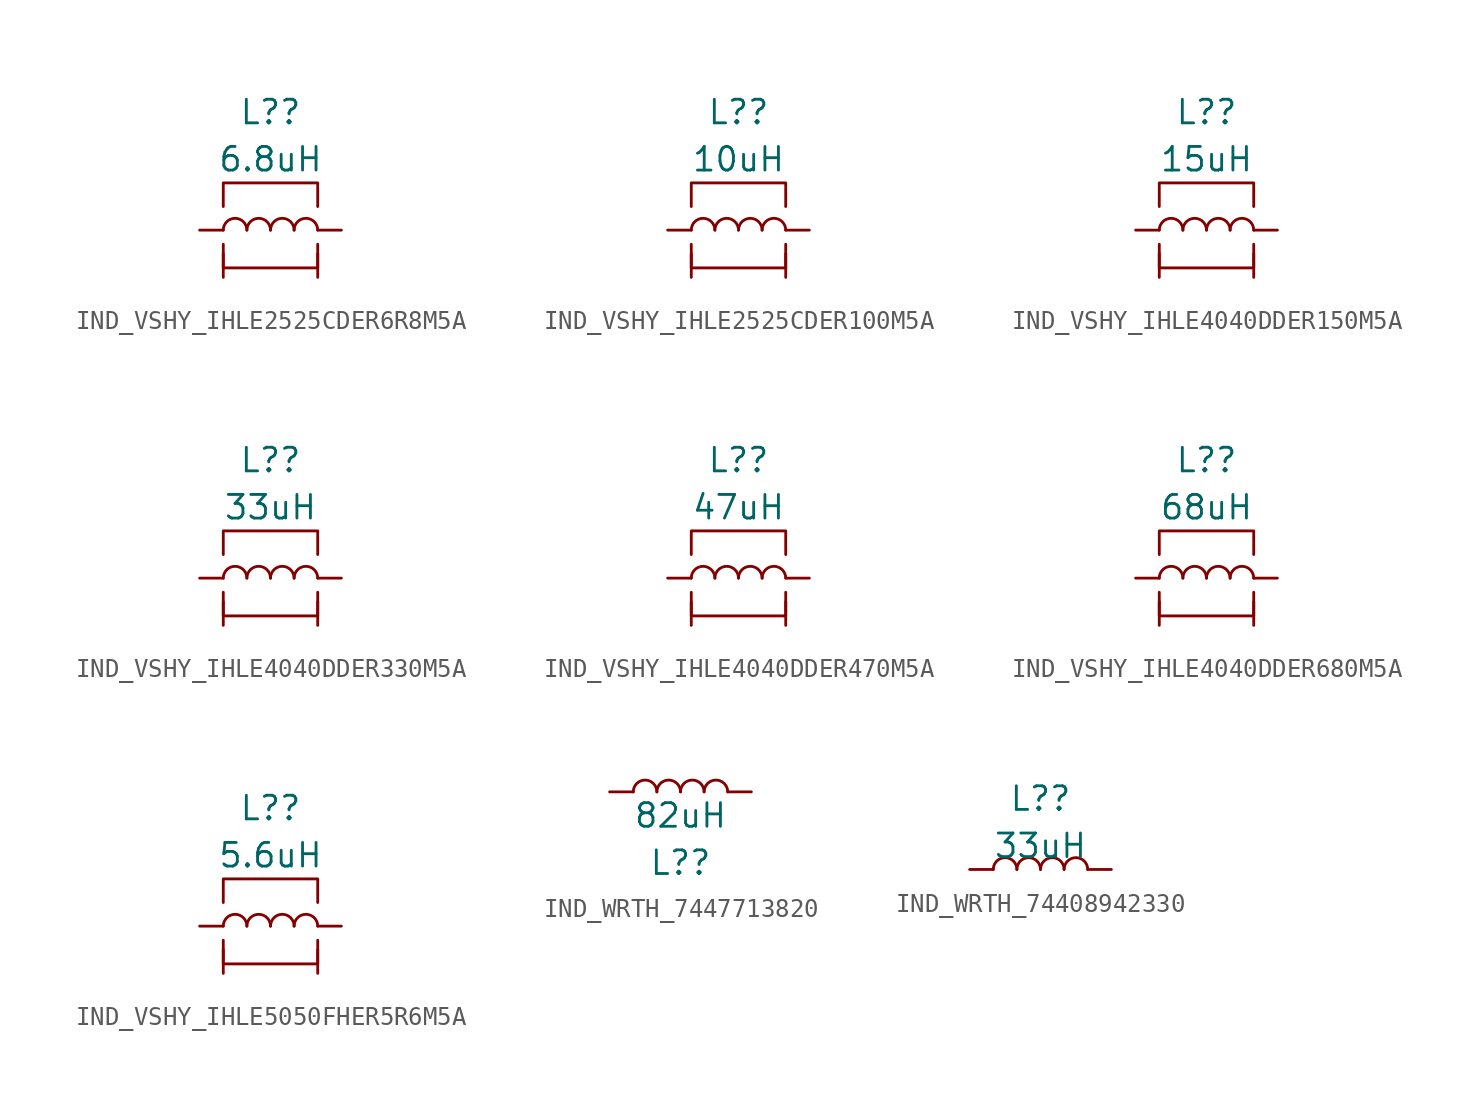
<source format=kicad_sym>
(kicad_symbol_lib
  (version 20231120)
  (generator "kicad_symbol_editor")
  (generator_version "8.0")
  (symbol "IND_VSHY_IHLE2525CDER6R8M5A"
    (pin_numbers hide)
    (pin_names
      (offset 1.016) hide)
    (property "Reference" "L?"
      (at 0 6.35 0)
      (effects (font (size 1.27 1.27))))
    (property "Value" "6.8uH"
      (at 0 3.81 0)
      (effects (font (size 1.27 1.27))))
    (symbol "IND_VSHY_IHLE2525CDER6R8M5A_0_1"
      (arc (start -1.27 0) (mid -1.905 0.6323) (end -2.54 0) (stroke (width 0) (type default)) (fill (type none)))
      (arc (start 0 0) (mid -0.635 0.6323) (end -1.27 0) (stroke (width 0) (type default)) (fill (type none)))
      (polyline (pts (xy -2.54 -0.762) (xy -2.54 -2.032) (xy 2.54 -2.032) (xy 2.54 -0.762)) (stroke (width 0) (type default)) (fill (type none)))
      (polyline (pts (xy 2.54 1.27) (xy 2.54 2.54) (xy -2.54 2.54) (xy -2.54 1.27)) (stroke (width 0) (type default)) (fill (type none)))
      (arc (start 1.27 0) (mid 0.635 0.6323) (end 0 0) (stroke (width 0) (type default)) (fill (type none)))
      (arc (start 2.54 0) (mid 1.905 0.6323) (end 1.27 0) (stroke (width 0) (type default)) (fill (type none))))
    (symbol "IND_VSHY_IHLE2525CDER6R8M5A_1_1"
      (pin passive line (at -3.81 0 0) (length 1.27) (name "1" (effects (font (size 1.27 1.27)))) (number "1" (effects (font (size 1.27 1.27)))))
      (pin passive line (at 3.81 0 180) (length 1.27) (name "2" (effects (font (size 1.27 1.27)))) (number "2" (effects (font (size 1.27 1.27)))))
      (pin passive line (at -2.54 -2.54 90) (length 1.27) (name "SH2" (effects (font (size 1.27 1.27)))) (number "3" (effects (font (size 1.27 1.27)))))
      (pin passive line (at 2.54 -2.54 90) (length 1.27) (name "SH1" (effects (font (size 1.27 1.27)))) (number "4" (effects (font (size 1.27 1.27)))))))
  (symbol "IND_VSHY_IHLE2525CDER100M5A"
    (pin_numbers hide)
    (pin_names
      (offset 1.016) hide)
    (property "Reference" "L?"
      (at 0 6.35 0)
      (effects (font (size 1.27 1.27))))
    (property "Value" "10uH"
      (at 0 3.81 0)
      (effects (font (size 1.27 1.27))))
    (symbol "IND_VSHY_IHLE2525CDER100M5A_0_1"
      (arc (start -1.27 0) (mid -1.905 0.6323) (end -2.54 0) (stroke (width 0) (type default)) (fill (type none)))
      (arc (start 0 0) (mid -0.635 0.6323) (end -1.27 0) (stroke (width 0) (type default)) (fill (type none)))
      (polyline (pts (xy -2.54 -0.762) (xy -2.54 -2.032) (xy 2.54 -2.032) (xy 2.54 -0.762)) (stroke (width 0) (type default)) (fill (type none)))
      (polyline (pts (xy 2.54 1.27) (xy 2.54 2.54) (xy -2.54 2.54) (xy -2.54 1.27)) (stroke (width 0) (type default)) (fill (type none)))
      (arc (start 1.27 0) (mid 0.635 0.6323) (end 0 0) (stroke (width 0) (type default)) (fill (type none)))
      (arc (start 2.54 0) (mid 1.905 0.6323) (end 1.27 0) (stroke (width 0) (type default)) (fill (type none))))
    (symbol "IND_VSHY_IHLE2525CDER100M5A_1_1"
      (pin passive line (at -3.81 0 0) (length 1.27) (name "1" (effects (font (size 1.27 1.27)))) (number "1" (effects (font (size 1.27 1.27)))))
      (pin passive line (at 3.81 0 180) (length 1.27) (name "2" (effects (font (size 1.27 1.27)))) (number "2" (effects (font (size 1.27 1.27)))))
      (pin passive line (at -2.54 -2.54 90) (length 1.27) (name "SH2" (effects (font (size 1.27 1.27)))) (number "3" (effects (font (size 1.27 1.27)))))
      (pin passive line (at 2.54 -2.54 90) (length 1.27) (name "SH1" (effects (font (size 1.27 1.27)))) (number "4" (effects (font (size 1.27 1.27)))))))
  (symbol "IND_VSHY_IHLE4040DDER150M5A"
    (pin_numbers hide)
    (pin_names
      (offset 1.016) hide)
    (property "Reference" "L?"
      (at 0 6.35 0)
      (effects (font (size 1.27 1.27))))
    (property "Value" "15uH"
      (at 0 3.81 0)
      (effects (font (size 1.27 1.27))))
    (symbol "IND_VSHY_IHLE4040DDER150M5A_0_1"
      (arc (start -1.27 0) (mid -1.905 0.6323) (end -2.54 0) (stroke (width 0) (type default)) (fill (type none)))
      (arc (start 0 0) (mid -0.635 0.6323) (end -1.27 0) (stroke (width 0) (type default)) (fill (type none)))
      (polyline (pts (xy -2.54 -0.762) (xy -2.54 -2.032) (xy 2.54 -2.032) (xy 2.54 -0.762)) (stroke (width 0) (type default)) (fill (type none)))
      (polyline (pts (xy 2.54 1.27) (xy 2.54 2.54) (xy -2.54 2.54) (xy -2.54 1.27)) (stroke (width 0) (type default)) (fill (type none)))
      (arc (start 1.27 0) (mid 0.635 0.6323) (end 0 0) (stroke (width 0) (type default)) (fill (type none)))
      (arc (start 2.54 0) (mid 1.905 0.6323) (end 1.27 0) (stroke (width 0) (type default)) (fill (type none))))
    (symbol "IND_VSHY_IHLE4040DDER150M5A_1_1"
      (pin passive line (at -3.81 0 0) (length 1.27) (name "1" (effects (font (size 1.27 1.27)))) (number "1" (effects (font (size 1.27 1.27)))))
      (pin passive line (at 3.81 0 180) (length 1.27) (name "2" (effects (font (size 1.27 1.27)))) (number "2" (effects (font (size 1.27 1.27)))))
      (pin passive line (at -2.54 -2.54 90) (length 1.27) (name "SH2" (effects (font (size 1.27 1.27)))) (number "3" (effects (font (size 1.27 1.27)))))
      (pin passive line (at 2.54 -2.54 90) (length 1.27) (name "SH1" (effects (font (size 1.27 1.27)))) (number "4" (effects (font (size 1.27 1.27)))))))
  (symbol "IND_VSHY_IHLE4040DDER330M5A"
    (pin_numbers hide)
    (pin_names
      (offset 1.016) hide)
    (property "Reference" "L?"
      (at 0 6.35 0)
      (effects (font (size 1.27 1.27))))
    (property "Value" "33uH"
      (at 0 3.81 0)
      (effects (font (size 1.27 1.27))))
    (symbol "IND_VSHY_IHLE4040DDER330M5A_0_1"
      (arc (start -1.27 0) (mid -1.905 0.6323) (end -2.54 0) (stroke (width 0) (type default)) (fill (type none)))
      (arc (start 0 0) (mid -0.635 0.6323) (end -1.27 0) (stroke (width 0) (type default)) (fill (type none)))
      (polyline (pts (xy -2.54 -0.762) (xy -2.54 -2.032) (xy 2.54 -2.032) (xy 2.54 -0.762)) (stroke (width 0) (type default)) (fill (type none)))
      (polyline (pts (xy 2.54 1.27) (xy 2.54 2.54) (xy -2.54 2.54) (xy -2.54 1.27)) (stroke (width 0) (type default)) (fill (type none)))
      (arc (start 1.27 0) (mid 0.635 0.6323) (end 0 0) (stroke (width 0) (type default)) (fill (type none)))
      (arc (start 2.54 0) (mid 1.905 0.6323) (end 1.27 0) (stroke (width 0) (type default)) (fill (type none))))
    (symbol "IND_VSHY_IHLE4040DDER330M5A_1_1"
      (pin passive line (at -3.81 0 0) (length 1.27) (name "1" (effects (font (size 1.27 1.27)))) (number "1" (effects (font (size 1.27 1.27)))))
      (pin passive line (at 3.81 0 180) (length 1.27) (name "2" (effects (font (size 1.27 1.27)))) (number "2" (effects (font (size 1.27 1.27)))))
      (pin passive line (at -2.54 -2.54 90) (length 1.27) (name "SH2" (effects (font (size 1.27 1.27)))) (number "3" (effects (font (size 1.27 1.27)))))
      (pin passive line (at 2.54 -2.54 90) (length 1.27) (name "SH1" (effects (font (size 1.27 1.27)))) (number "4" (effects (font (size 1.27 1.27)))))))
  (symbol "IND_VSHY_IHLE4040DDER470M5A"
    (pin_numbers hide)
    (pin_names
      (offset 1.016) hide)
    (property "Reference" "L?"
      (at 0 6.35 0)
      (effects (font (size 1.27 1.27))))
    (property "Value" "47uH"
      (at 0 3.81 0)
      (effects (font (size 1.27 1.27))))
    (symbol "IND_VSHY_IHLE4040DDER470M5A_0_1"
      (arc (start -1.27 0) (mid -1.905 0.6323) (end -2.54 0) (stroke (width 0) (type default)) (fill (type none)))
      (arc (start 0 0) (mid -0.635 0.6323) (end -1.27 0) (stroke (width 0) (type default)) (fill (type none)))
      (polyline (pts (xy -2.54 -0.762) (xy -2.54 -2.032) (xy 2.54 -2.032) (xy 2.54 -0.762)) (stroke (width 0) (type default)) (fill (type none)))
      (polyline (pts (xy 2.54 1.27) (xy 2.54 2.54) (xy -2.54 2.54) (xy -2.54 1.27)) (stroke (width 0) (type default)) (fill (type none)))
      (arc (start 1.27 0) (mid 0.635 0.6323) (end 0 0) (stroke (width 0) (type default)) (fill (type none)))
      (arc (start 2.54 0) (mid 1.905 0.6323) (end 1.27 0) (stroke (width 0) (type default)) (fill (type none))))
    (symbol "IND_VSHY_IHLE4040DDER470M5A_1_1"
      (pin passive line (at -3.81 0 0) (length 1.27) (name "1" (effects (font (size 1.27 1.27)))) (number "1" (effects (font (size 1.27 1.27)))))
      (pin passive line (at 3.81 0 180) (length 1.27) (name "2" (effects (font (size 1.27 1.27)))) (number "2" (effects (font (size 1.27 1.27)))))
      (pin passive line (at -2.54 -2.54 90) (length 1.27) (name "SH2" (effects (font (size 1.27 1.27)))) (number "3" (effects (font (size 1.27 1.27)))))
      (pin passive line (at 2.54 -2.54 90) (length 1.27) (name "SH1" (effects (font (size 1.27 1.27)))) (number "4" (effects (font (size 1.27 1.27)))))))
  (symbol "IND_VSHY_IHLE4040DDER680M5A"
    (pin_numbers hide)
    (pin_names
      (offset 1.016) hide)
    (property "Reference" "L?"
      (at 0 6.35 0)
      (effects (font (size 1.27 1.27))))
    (property "Value" "68uH"
      (at 0 3.81 0)
      (effects (font (size 1.27 1.27))))
    (symbol "IND_VSHY_IHLE4040DDER680M5A_0_1"
      (arc (start -1.27 0) (mid -1.905 0.6323) (end -2.54 0) (stroke (width 0) (type default)) (fill (type none)))
      (arc (start 0 0) (mid -0.635 0.6323) (end -1.27 0) (stroke (width 0) (type default)) (fill (type none)))
      (polyline (pts (xy -2.54 -0.762) (xy -2.54 -2.032) (xy 2.54 -2.032) (xy 2.54 -0.762)) (stroke (width 0) (type default)) (fill (type none)))
      (polyline (pts (xy 2.54 1.27) (xy 2.54 2.54) (xy -2.54 2.54) (xy -2.54 1.27)) (stroke (width 0) (type default)) (fill (type none)))
      (arc (start 1.27 0) (mid 0.635 0.6323) (end 0 0) (stroke (width 0) (type default)) (fill (type none)))
      (arc (start 2.54 0) (mid 1.905 0.6323) (end 1.27 0) (stroke (width 0) (type default)) (fill (type none))))
    (symbol "IND_VSHY_IHLE4040DDER680M5A_1_1"
      (pin passive line (at -3.81 0 0) (length 1.27) (name "1" (effects (font (size 1.27 1.27)))) (number "1" (effects (font (size 1.27 1.27)))))
      (pin passive line (at 3.81 0 180) (length 1.27) (name "2" (effects (font (size 1.27 1.27)))) (number "2" (effects (font (size 1.27 1.27)))))
      (pin passive line (at -2.54 -2.54 90) (length 1.27) (name "SH2" (effects (font (size 1.27 1.27)))) (number "3" (effects (font (size 1.27 1.27)))))
      (pin passive line (at 2.54 -2.54 90) (length 1.27) (name "SH1" (effects (font (size 1.27 1.27)))) (number "4" (effects (font (size 1.27 1.27)))))))
  (symbol "IND_VSHY_IHLE5050FHER5R6M5A"
    (pin_numbers hide)
    (pin_names
      (offset 1.016) hide)
    (property "Reference" "L?"
      (at 0 6.35 0)
      (effects (font (size 1.27 1.27))))
    (property "Value" "5.6uH"
      (at 0 3.81 0)
      (effects (font (size 1.27 1.27))))
    (symbol "IND_VSHY_IHLE5050FHER5R6M5A_0_1"
      (arc (start -1.27 0) (mid -1.905 0.6323) (end -2.54 0) (stroke (width 0) (type default)) (fill (type none)))
      (arc (start 0 0) (mid -0.635 0.6323) (end -1.27 0) (stroke (width 0) (type default)) (fill (type none)))
      (polyline (pts (xy -2.54 -0.762) (xy -2.54 -2.032) (xy 2.54 -2.032) (xy 2.54 -0.762)) (stroke (width 0) (type default)) (fill (type none)))
      (polyline (pts (xy 2.54 1.27) (xy 2.54 2.54) (xy -2.54 2.54) (xy -2.54 1.27)) (stroke (width 0) (type default)) (fill (type none)))
      (arc (start 1.27 0) (mid 0.635 0.6323) (end 0 0) (stroke (width 0) (type default)) (fill (type none)))
      (arc (start 2.54 0) (mid 1.905 0.6323) (end 1.27 0) (stroke (width 0) (type default)) (fill (type none))))
    (symbol "IND_VSHY_IHLE5050FHER5R6M5A_1_1"
      (pin passive line (at -3.81 0 0) (length 1.27) (name "1" (effects (font (size 1.27 1.27)))) (number "1" (effects (font (size 1.27 1.27)))))
      (pin passive line (at 3.81 0 180) (length 1.27) (name "2" (effects (font (size 1.27 1.27)))) (number "2" (effects (font (size 1.27 1.27)))))
      (pin passive line (at -2.54 -2.54 90) (length 1.27) (name "SH2" (effects (font (size 1.27 1.27)))) (number "3" (effects (font (size 1.27 1.27)))))
      (pin passive line (at 2.54 -2.54 90) (length 1.27) (name "SH1" (effects (font (size 1.27 1.27)))) (number "4" (effects (font (size 1.27 1.27)))))))
  (symbol "IND_WRTH_7447713820"
    (pin_numbers hide)
    (pin_names
      (offset 1.016) hide)
    (property "Reference" "L?"
      (at 0 -3.81 0)
      (effects (font (size 1.27 1.27))))
    (property "Value" "82uH"
      (at 0 -1.27 0)
      (effects (font (size 1.27 1.27))))
    (symbol "IND_WRTH_7447713820_0_1"
      (arc (start -1.27 0) (mid -1.905 0.6323) (end -2.54 0) (stroke (width 0) (type default)) (fill (type none)))
      (arc (start 0 0) (mid -0.635 0.6323) (end -1.27 0) (stroke (width 0) (type default)) (fill (type none)))
      (arc (start 1.27 0) (mid 0.635 0.6323) (end 0 0) (stroke (width 0) (type default)) (fill (type none)))
      (arc (start 2.54 0) (mid 1.905 0.6323) (end 1.27 0) (stroke (width 0) (type default)) (fill (type none))))
    (symbol "IND_WRTH_7447713820_1_1"
      (pin passive line (at -3.81 0 0) (length 1.27) (name "1" (effects (font (size 1.27 1.27)))) (number "1" (effects (font (size 1.27 1.27)))))
      (pin passive line (at 3.81 0 180) (length 1.27) (name "2" (effects (font (size 1.27 1.27)))) (number "2" (effects (font (size 1.27 1.27)))))))
  (symbol "IND_WRTH_74408942330"
    (pin_numbers hide)
    (pin_names
      (offset 1.016) hide)
    (property "Reference" "L?"
      (at 0 3.81 0)
      (effects (font (size 1.27 1.27))))
    (property "Value" "33uH"
      (at 0 1.27 0)
      (effects (font (size 1.27 1.27))))
    (symbol "IND_WRTH_74408942330_0_1"
      (arc (start -1.27 0) (mid -1.905 0.6323) (end -2.54 0) (stroke (width 0) (type default)) (fill (type none)))
      (arc (start 0 0) (mid -0.635 0.6323) (end -1.27 0) (stroke (width 0) (type default)) (fill (type none)))
      (arc (start 1.27 0) (mid 0.635 0.6323) (end 0 0) (stroke (width 0) (type default)) (fill (type none)))
      (arc (start 2.54 0) (mid 1.905 0.6323) (end 1.27 0) (stroke (width 0) (type default)) (fill (type none))))
    (symbol "IND_WRTH_74408942330_1_1"
      (pin passive line (at -3.81 0 0) (length 1.27) (name "1" (effects (font (size 1.27 1.27)))) (number "1" (effects (font (size 1.27 1.27)))))
      (pin passive line (at 3.81 0 180) (length 1.27) (name "2" (effects (font (size 1.27 1.27)))) (number "2" (effects (font (size 1.27 1.27))))))))
</source>
